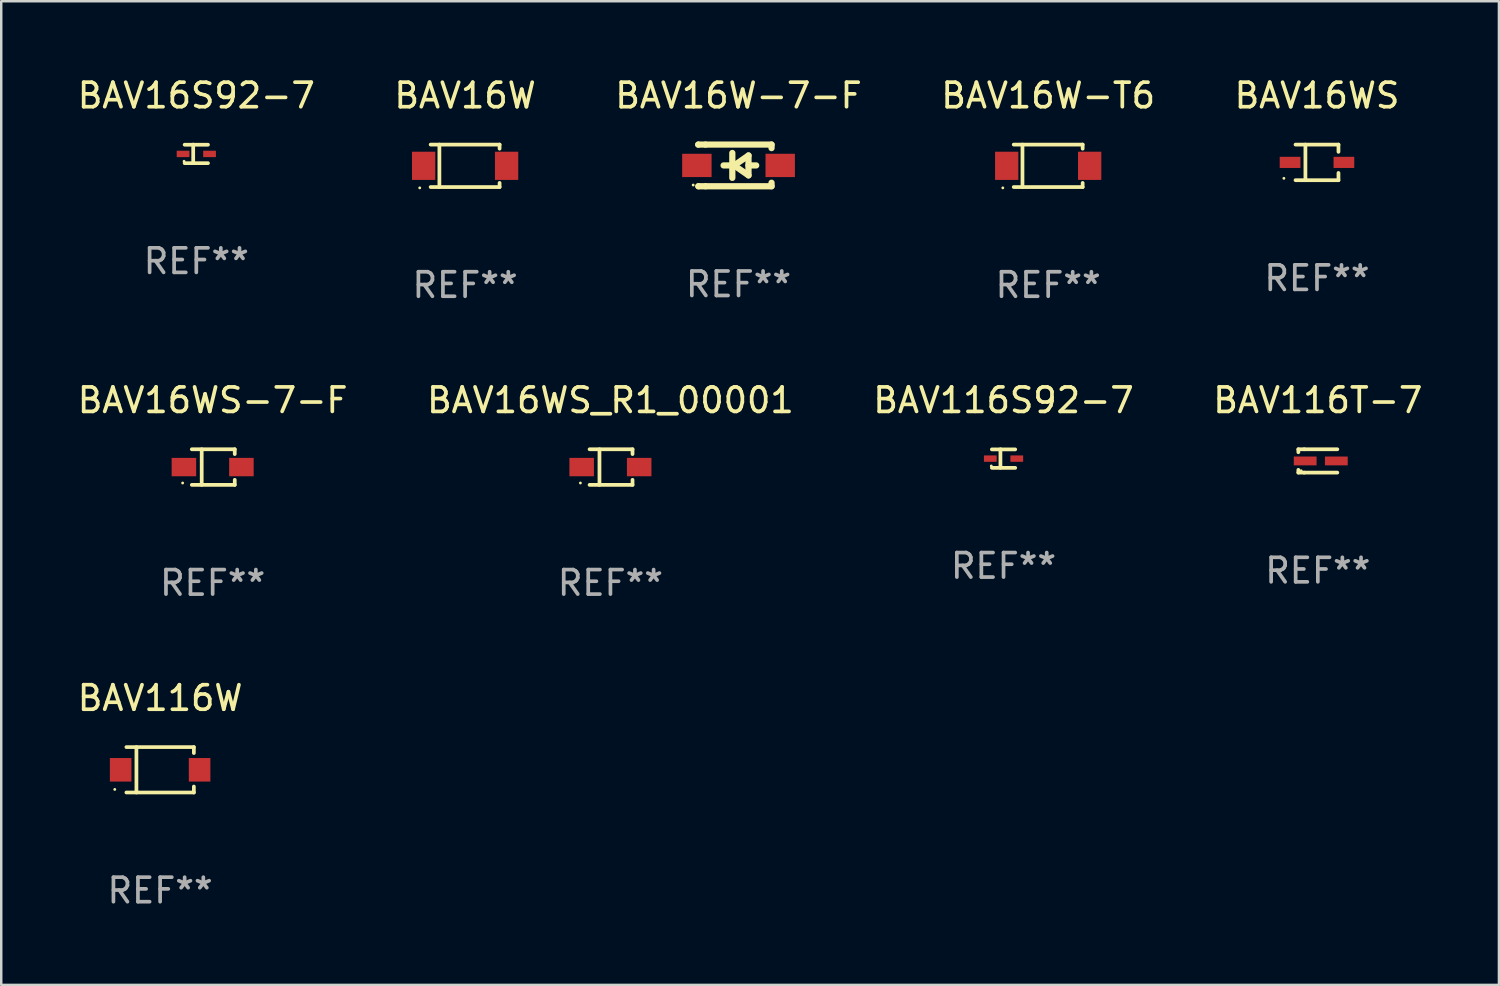
<source format=kicad_pcb>
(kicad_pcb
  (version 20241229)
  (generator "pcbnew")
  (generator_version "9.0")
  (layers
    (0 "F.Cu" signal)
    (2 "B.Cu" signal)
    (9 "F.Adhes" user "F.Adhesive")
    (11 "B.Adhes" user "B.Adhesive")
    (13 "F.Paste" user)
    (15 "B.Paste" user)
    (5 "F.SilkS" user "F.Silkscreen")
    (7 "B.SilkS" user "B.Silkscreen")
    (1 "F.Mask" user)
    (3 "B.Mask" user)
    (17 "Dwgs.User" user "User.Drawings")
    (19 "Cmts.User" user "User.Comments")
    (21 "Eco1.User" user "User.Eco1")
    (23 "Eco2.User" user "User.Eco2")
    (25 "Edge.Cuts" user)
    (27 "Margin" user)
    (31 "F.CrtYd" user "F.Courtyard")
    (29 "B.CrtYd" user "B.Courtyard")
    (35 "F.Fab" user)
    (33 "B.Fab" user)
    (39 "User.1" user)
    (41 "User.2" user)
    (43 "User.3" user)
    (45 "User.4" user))
  (footprint "BAV16WS"
    (layer "F.Cu")
    (at 50.673 3.574)
    (property "Reference" "BAV16WS" (at 0 -2.726 0) (layer "F.SilkS") (effects (font (size 1 1) (thickness 0.15))))
    (attr through_hole)
    (fp_line (start -0.876 -0.726) (end 0.876 -0.726) (stroke (width 0.152) (type solid)) (layer "F.SilkS"))
    (fp_line (start -0.876 0.726) (end 0.876 0.726) (stroke (width 0.152) (type solid)) (layer "F.SilkS"))
    (fp_line (start -0.472 -0.726) (end -0.472 0.726) (stroke (width 0.152) (type solid)) (layer "F.SilkS"))
    (fp_line (start 0.876 -0.726) (end 0.876 -0.431) (stroke (width 0.152) (type solid)) (layer "F.SilkS"))
    (fp_line (start 0.876 0.726) (end 0.876 0.431) (stroke (width 0.152) (type solid)) (layer "F.SilkS"))
    (fp_circle (center -1.35 0.65) (end -1.32 0.65) (stroke (width 0.06) (type solid)) (fill no) (layer "F.SilkS"))
    (fp_text user "REF**" (at 0 4.726 0) (layer "F.Fab") (effects (font (size 1 1) (thickness 0.15))))
    (pad "1" smd rect (at -1.098 0 180) (size 0.845 0.455) (layers "F.Cu" "F.Mask" "F.Paste"))
    (pad "2" smd rect (at 1.098 0 180) (size 0.845 0.455) (layers "F.Cu" "F.Mask" "F.Paste")))
  (footprint "BAV116S92-7"
    (layer "F.Cu")
    (at 37.887 15.656)
    (property "Reference" "BAV116S92-7" (at 0 -2.379 0) (layer "F.SilkS") (effects (font (size 1 1) (thickness 0.15))))
    (attr through_hole)
    (fp_line (start -0.476 -0.374) (end 0.476 -0.374) (stroke (width 0.152) (type solid)) (layer "F.SilkS"))
    (fp_line (start -0.476 0.379) (end 0.476 0.379) (stroke (width 0.152) (type solid)) (layer "F.SilkS"))
    (fp_line (start -0.127 -0.379) (end -0.127 0.374) (stroke (width 0.152) (type solid)) (layer "F.SilkS"))
    (fp_circle (center -0.5 0.302) (end -0.47 0.302) (stroke (width 0.06) (type solid)) (fill no) (layer "F.SilkS"))
    (fp_text user "REF**" (at 0 4.379 0) (layer "F.Fab") (effects (font (size 1 1) (thickness 0.15))))
    (pad "1" smd rect (at -0.54 0.002 180) (size 0.52 0.26) (layers "F.Cu" "F.Mask" "F.Paste"))
    (pad "2" smd rect (at 0.54 0.002 180) (size 0.52 0.26) (layers "F.Cu" "F.Mask" "F.Paste")))
  (footprint "BAV16S92-7"
    (layer "F.Cu")
    (at 4.958 3.227)
    (property "Reference" "BAV16S92-7" (at 0 -2.379 0) (layer "F.SilkS") (effects (font (size 1 1) (thickness 0.15))))
    (attr through_hole)
    (fp_line (start -0.476 -0.374) (end 0.476 -0.374) (stroke (width 0.152) (type solid)) (layer "F.SilkS"))
    (fp_line (start -0.476 0.379) (end 0.476 0.379) (stroke (width 0.152) (type solid)) (layer "F.SilkS"))
    (fp_line (start -0.127 -0.379) (end -0.127 0.374) (stroke (width 0.152) (type solid)) (layer "F.SilkS"))
    (fp_circle (center -0.5 0.302) (end -0.47 0.302) (stroke (width 0.06) (type solid)) (fill no) (layer "F.SilkS"))
    (fp_text user "REF**" (at 0 4.379 0) (layer "F.Fab") (effects (font (size 1 1) (thickness 0.15))))
    (pad "1" smd rect (at -0.54 0.002 180) (size 0.52 0.26) (layers "F.Cu" "F.Mask" "F.Paste"))
    (pad "2" smd rect (at 0.54 0.002 180) (size 0.52 0.26) (layers "F.Cu" "F.Mask" "F.Paste")))
  (footprint "BAV16WS_R1_00001"
    (layer "F.Cu")
    (at 21.851 16.003)
    (property "Reference" "BAV16WS_R1_00001" (at 0 -2.726 0) (layer "F.SilkS") (effects (font (size 1 1) (thickness 0.15))))
    (attr through_hole)
    (fp_line (start -0.851 -0.726) (end 0.901 -0.726) (stroke (width 0.152) (type solid)) (layer "F.SilkS"))
    (fp_line (start -0.851 0.726) (end 0.901 0.726) (stroke (width 0.152) (type solid)) (layer "F.SilkS"))
    (fp_line (start -0.447 -0.726) (end -0.447 0.726) (stroke (width 0.152) (type solid)) (layer "F.SilkS"))
    (fp_line (start 0.901 -0.726) (end 0.901 -0.53) (stroke (width 0.152) (type solid)) (layer "F.SilkS"))
    (fp_line (start 0.901 0.726) (end 0.901 0.52) (stroke (width 0.152) (type solid)) (layer "F.SilkS"))
    (fp_circle (center -1.225 0.65) (end -1.195 0.65) (stroke (width 0.06) (type solid)) (fill no) (layer "F.SilkS"))
    (fp_text user "REF**" (at 0 4.726 0) (layer "F.Fab") (effects (font (size 1 1) (thickness 0.15))))
    (pad "1" smd rect (at -1.173 0) (size 1 0.75) (layers "F.Cu" "F.Mask" "F.Paste"))
    (pad "2" smd rect (at 1.173 0) (size 1 0.75) (layers "F.Cu" "F.Mask" "F.Paste")))
  (footprint "BAV116T-7"
    (layer "F.Cu")
    (at 50.708 15.753)
    (property "Reference" "BAV116T-7" (at 0 -2.476 0) (layer "F.SilkS") (effects (font (size 1 1) (thickness 0.15))))
    (attr through_hole)
    (fp_line (start -0.795 -0.476) (end -0.795 -0.356) (stroke (width 0.152) (type solid)) (layer "F.SilkS"))
    (fp_line (start -0.795 0.363) (end -0.795 0.476) (stroke (width 0.152) (type solid)) (layer "F.SilkS"))
    (fp_line (start -0.795 0.476) (end -0.557 0.476) (stroke (width 0.152) (type solid)) (layer "F.SilkS"))
    (fp_line (start -0.557 -0.476) (end -0.795 -0.476) (stroke (width 0.152) (type solid)) (layer "F.SilkS"))
    (fp_line (start -0.557 -0.476) (end 0.795 -0.476) (stroke (width 0.152) (type solid)) (layer "F.SilkS"))
    (fp_line (start -0.557 0.476) (end 0.795 0.476) (stroke (width 0.152) (type solid)) (layer "F.SilkS"))
    (fp_circle (center -0.681 0.4) (end -0.651 0.4) (stroke (width 0.06) (type solid)) (fill no) (layer "F.SilkS"))
    (fp_text user "REF**" (at 0 4.476 0) (layer "F.Fab") (effects (font (size 1 1) (thickness 0.15))))
    (pad "1" smd rect (at -0.516 0 180) (size 0.93 0.36) (layers "F.Cu" "F.Mask" "F.Paste"))
    (pad "2" smd rect (at 0.754 0 180) (size 0.93 0.36) (layers "F.Cu" "F.Mask" "F.Paste")))
  (footprint "BAV16W-7-F"
    (layer "F.Cu")
    (at 27.077 3.698)
    (property "Reference" "BAV16W-7-F" (at 0 -2.85 0) (layer "F.SilkS") (effects (font (size 1 1) (thickness 0.15))))
    (attr through_hole)
    (fp_line (start -1.643 -0.85) (end -1.644 -0.849) (stroke (width 0.254) (type solid)) (layer "F.SilkS"))
    (fp_line (start -1.638 0.85) (end -1.639 0.849) (stroke (width 0.254) (type solid)) (layer "F.SilkS"))
    (fp_line (start -1.346 -0.85) (end -1.643 -0.85) (stroke (width 0.254) (type solid)) (layer "F.SilkS"))
    (fp_line (start -1.346 -0.85) (end 1.346 -0.85) (stroke (width 0.254) (type solid)) (layer "F.SilkS"))
    (fp_line (start -1.346 0.85) (end -1.638 0.85) (stroke (width 0.254) (type solid)) (layer "F.SilkS"))
    (fp_line (start -0.28 0) (end -0.61 0) (stroke (width 0.254) (type solid)) (layer "F.SilkS"))
    (fp_line (start -0.254 -0.508) (end -0.254 0.508) (stroke (width 0.254) (type solid)) (layer "F.SilkS"))
    (fp_line (start -0.178 0) (end 0.406 -0.406) (stroke (width 0.254) (type solid)) (layer "F.SilkS"))
    (fp_line (start 0.406 -0.406) (end 0.406 0.406) (stroke (width 0.254) (type solid)) (layer "F.SilkS"))
    (fp_line (start 0.406 -0.000254) (end 0.72 -0.000254) (stroke (width 0.254) (type solid)) (layer "F.SilkS"))
    (fp_line (start 0.406 0.406) (end -0.178 0) (stroke (width 0.254) (type solid)) (layer "F.SilkS"))
    (fp_line (start 1.346 -0.85) (end 1.346 -0.706) (stroke (width 0.254) (type solid)) (layer "F.SilkS"))
    (fp_line (start 1.346 0.706) (end 1.346 0.85) (stroke (width 0.254) (type solid)) (layer "F.SilkS"))
    (fp_line (start 1.346 0.85) (end -1.346 0.85) (stroke (width 0.254) (type solid)) (layer "F.SilkS"))
    (fp_circle (center -1.85 0.8) (end -1.82 0.8) (stroke (width 0.06) (type solid)) (fill no) (layer "F.SilkS"))
    (fp_text user "REF**" (at 0 4.85 0) (layer "F.Fab") (effects (font (size 1 1) (thickness 0.15))))
    (pad "1" smd rect (at -1.7 0) (size 1.2 0.95) (layers "F.Cu" "F.Mask" "F.Paste"))
    (pad "2" smd rect (at 1.7 0) (size 1.2 0.95) (layers "F.Cu" "F.Mask" "F.Paste")))
  (footprint "BAV16W"
    (layer "F.Cu")
    (at 15.923 3.714)
    (property "Reference" "BAV16W" (at 0 -2.866 0) (layer "F.SilkS") (effects (font (size 1 1) (thickness 0.15))))
    (attr through_hole)
    (fp_line (start -1.406 -0.866) (end 1.406 -0.866) (stroke (width 0.152) (type solid)) (layer "F.SilkS"))
    (fp_line (start -1.406 0.866) (end 1.406 0.866) (stroke (width 0.152) (type solid)) (layer "F.SilkS"))
    (fp_line (start -1.049 -0.866) (end -1.049 0.866) (stroke (width 0.152) (type solid)) (layer "F.SilkS"))
    (fp_line (start 1.406 -0.866) (end 1.406 -0.698) (stroke (width 0.152) (type solid)) (layer "F.SilkS"))
    (fp_line (start 1.406 0.866) (end 1.406 0.698) (stroke (width 0.152) (type solid)) (layer "F.SilkS"))
    (fp_circle (center -1.851 0.9) (end -1.821 0.9) (stroke (width 0.06) (type solid)) (fill no) (layer "F.SilkS"))
    (fp_text user "REF**" (at 0 4.866 0) (layer "F.Fab") (effects (font (size 1 1) (thickness 0.15))))
    (pad "1" smd rect (at -1.692 0) (size 0.95 1.15) (layers "F.Cu" "F.Mask" "F.Paste"))
    (pad "2" smd rect (at 1.692 0) (size 0.95 1.15) (layers "F.Cu" "F.Mask" "F.Paste")))
  (footprint "BAV16W-T6"
    (layer "F.Cu")
    (at 39.708 3.714)
    (property "Reference" "BAV16W-T6" (at 0 -2.866 0) (layer "F.SilkS") (effects (font (size 1 1) (thickness 0.15))))
    (attr through_hole)
    (fp_line (start -1.406 -0.866) (end 1.406 -0.866) (stroke (width 0.152) (type solid)) (layer "F.SilkS"))
    (fp_line (start -1.406 0.866) (end 1.406 0.866) (stroke (width 0.152) (type solid)) (layer "F.SilkS"))
    (fp_line (start -1.049 -0.866) (end -1.049 0.866) (stroke (width 0.152) (type solid)) (layer "F.SilkS"))
    (fp_line (start 1.406 -0.866) (end 1.406 -0.698) (stroke (width 0.152) (type solid)) (layer "F.SilkS"))
    (fp_line (start 1.406 0.866) (end 1.406 0.698) (stroke (width 0.152) (type solid)) (layer "F.SilkS"))
    (fp_circle (center -1.851 0.9) (end -1.821 0.9) (stroke (width 0.06) (type solid)) (fill no) (layer "F.SilkS"))
    (fp_text user "REF**" (at 0 4.866 0) (layer "F.Fab") (effects (font (size 1 1) (thickness 0.15))))
    (pad "1" smd rect (at -1.692 0) (size 0.95 1.15) (layers "F.Cu" "F.Mask" "F.Paste"))
    (pad "2" smd rect (at 1.692 0) (size 0.95 1.15) (layers "F.Cu" "F.Mask" "F.Paste")))
  (footprint "BAV16WS-7-F"
    (layer "F.Cu")
    (at 5.625 16.003)
    (property "Reference" "BAV16WS-7-F" (at 0 -2.726 0) (layer "F.SilkS") (effects (font (size 1 1) (thickness 0.15))))
    (attr through_hole)
    (fp_line (start -0.851 -0.726) (end 0.901 -0.726) (stroke (width 0.152) (type solid)) (layer "F.SilkS"))
    (fp_line (start -0.851 0.726) (end 0.901 0.726) (stroke (width 0.152) (type solid)) (layer "F.SilkS"))
    (fp_line (start -0.447 -0.726) (end -0.447 0.726) (stroke (width 0.152) (type solid)) (layer "F.SilkS"))
    (fp_line (start 0.901 -0.726) (end 0.901 -0.53) (stroke (width 0.152) (type solid)) (layer "F.SilkS"))
    (fp_line (start 0.901 0.726) (end 0.901 0.52) (stroke (width 0.152) (type solid)) (layer "F.SilkS"))
    (fp_circle (center -1.225 0.65) (end -1.195 0.65) (stroke (width 0.06) (type solid)) (fill no) (layer "F.SilkS"))
    (fp_text user "REF**" (at 0 4.726 0) (layer "F.Fab") (effects (font (size 1 1) (thickness 0.15))))
    (pad "1" smd rect (at -1.173 0) (size 1 0.75) (layers "F.Cu" "F.Mask" "F.Paste"))
    (pad "2" smd rect (at 1.173 0) (size 1 0.75) (layers "F.Cu" "F.Mask" "F.Paste")))
  (footprint "BAV116W"
    (layer "F.Cu")
    (at 3.482 28.352)
    (property "Reference" "BAV116W" (at 0 -2.926 0) (layer "F.SilkS") (effects (font (size 1 1) (thickness 0.15))))
    (attr through_hole)
    (fp_line (start -1.376 -0.926) (end 1.376 -0.926) (stroke (width 0.152) (type solid)) (layer "F.SilkS"))
    (fp_line (start -1.376 0.926) (end 1.376 0.926) (stroke (width 0.152) (type solid)) (layer "F.SilkS"))
    (fp_line (start -0.967 -0.926) (end -0.967 0.926) (stroke (width 0.152) (type solid)) (layer "F.SilkS"))
    (fp_line (start 1.376 -0.926) (end 1.376 -0.683) (stroke (width 0.152) (type solid)) (layer "F.SilkS"))
    (fp_line (start 1.376 0.926) (end 1.376 0.683) (stroke (width 0.152) (type solid)) (layer "F.SilkS"))
    (fp_circle (center -1.85 0.8) (end -1.82 0.8) (stroke (width 0.06) (type solid)) (fill no) (layer "F.SilkS"))
    (fp_text user "REF**" (at 0 4.926 0) (layer "F.Fab") (effects (font (size 1 1) (thickness 0.15))))
    (pad "1" smd rect (at -1.61 0) (size 0.88 0.96) (layers "F.Cu" "F.Mask" "F.Paste"))
    (pad "2" smd rect (at 1.61 0) (size 0.88 0.96) (layers "F.Cu" "F.Mask" "F.Paste")))
  (gr_rect
    (start -3 -3)
    (end 58.095 37.127)
    (stroke (width 0.1) (type default))
    (fill no)
    (layer "Edge.Cuts")))
</source>
